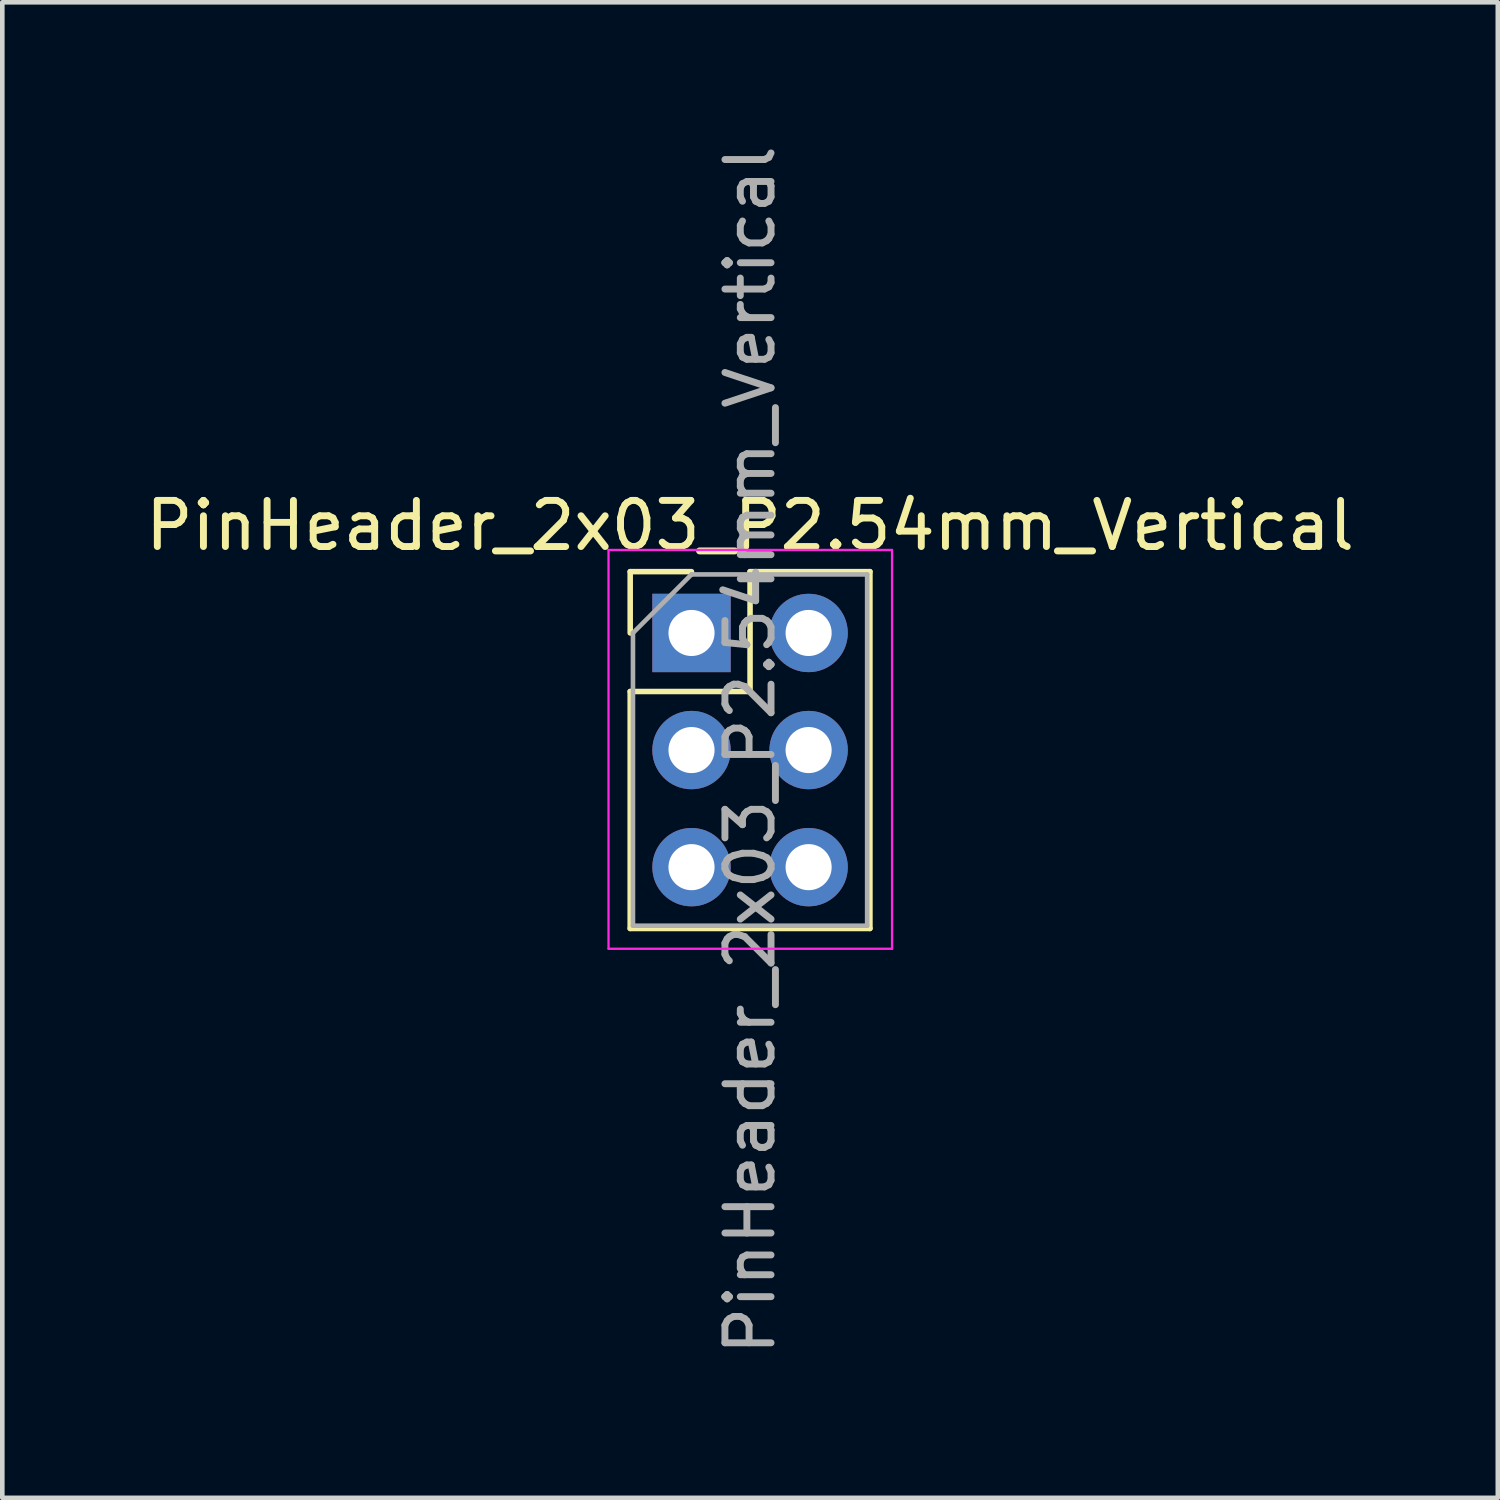
<source format=kicad_pcb>
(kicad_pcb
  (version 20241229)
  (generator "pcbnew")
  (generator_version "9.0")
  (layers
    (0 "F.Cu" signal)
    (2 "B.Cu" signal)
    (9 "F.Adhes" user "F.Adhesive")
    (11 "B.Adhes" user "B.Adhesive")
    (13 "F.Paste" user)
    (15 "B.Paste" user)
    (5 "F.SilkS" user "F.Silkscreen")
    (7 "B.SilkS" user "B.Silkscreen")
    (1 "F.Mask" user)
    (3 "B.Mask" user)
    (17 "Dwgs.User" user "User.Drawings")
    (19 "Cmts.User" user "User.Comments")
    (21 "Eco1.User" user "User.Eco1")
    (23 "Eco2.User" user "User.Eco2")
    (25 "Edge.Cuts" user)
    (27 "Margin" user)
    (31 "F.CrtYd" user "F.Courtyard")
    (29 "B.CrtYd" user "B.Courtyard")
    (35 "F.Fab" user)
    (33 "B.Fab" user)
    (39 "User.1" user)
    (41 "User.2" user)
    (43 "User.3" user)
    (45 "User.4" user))
  (footprint "PinHeader_2x03_P2.54mm_Vertical"
    (layer "F.Cu")
    (at 11.95 10.68)
    (property "Reference" "PinHeader_2x03_P2.54mm_Vertical" (at 1.27 -2.33 0) (layer "F.SilkS") (effects (font (size 1 1) (thickness 0.15))))
    (attr through_hole)
    (fp_line (start -1.33 -1.33) (end 0 -1.33) (stroke (width 0.12) (type solid)) (layer "F.SilkS"))
    (fp_line (start -1.33 0) (end -1.33 -1.33) (stroke (width 0.12) (type solid)) (layer "F.SilkS"))
    (fp_line (start -1.33 1.27) (end -1.33 6.41) (stroke (width 0.12) (type solid)) (layer "F.SilkS"))
    (fp_line (start -1.33 1.27) (end 1.27 1.27) (stroke (width 0.12) (type solid)) (layer "F.SilkS"))
    (fp_line (start -1.33 6.41) (end 3.87 6.41) (stroke (width 0.12) (type solid)) (layer "F.SilkS"))
    (fp_line (start 1.27 -1.33) (end 3.87 -1.33) (stroke (width 0.12) (type solid)) (layer "F.SilkS"))
    (fp_line (start 1.27 1.27) (end 1.27 -1.33) (stroke (width 0.12) (type solid)) (layer "F.SilkS"))
    (fp_line (start 3.87 -1.33) (end 3.87 6.41) (stroke (width 0.12) (type solid)) (layer "F.SilkS"))
    (fp_line (start -1.8 -1.8) (end -1.8 6.85) (stroke (width 0.05) (type solid)) (layer "F.CrtYd"))
    (fp_line (start -1.8 6.85) (end 4.35 6.85) (stroke (width 0.05) (type solid)) (layer "F.CrtYd"))
    (fp_line (start 4.35 -1.8) (end -1.8 -1.8) (stroke (width 0.05) (type solid)) (layer "F.CrtYd"))
    (fp_line (start 4.35 6.85) (end 4.35 -1.8) (stroke (width 0.05) (type solid)) (layer "F.CrtYd"))
    (fp_line (start -1.27 0) (end 0 -1.27) (stroke (width 0.1) (type solid)) (layer "F.Fab"))
    (fp_line (start -1.27 6.35) (end -1.27 0) (stroke (width 0.1) (type solid)) (layer "F.Fab"))
    (fp_line (start 0 -1.27) (end 3.81 -1.27) (stroke (width 0.1) (type solid)) (layer "F.Fab"))
    (fp_line (start 3.81 -1.27) (end 3.81 6.35) (stroke (width 0.1) (type solid)) (layer "F.Fab"))
    (fp_line (start 3.81 6.35) (end -1.27 6.35) (stroke (width 0.1) (type solid)) (layer "F.Fab"))
    (fp_text user "${REFERENCE}" (at 1.27 2.54 90) (layer "F.Fab") (effects (font (size 1 1) (thickness 0.15))))
    (pad "1" thru_hole rect (at 0 0) (size 1.7 1.7) (drill 1) (layers "*.Cu" "*.Mask"))
    (pad "2" thru_hole oval (at 0 2.54) (size 1.7 1.7) (drill 1) (layers "*.Cu" "*.Mask"))
    (pad "3" thru_hole oval (at 0 5.08) (size 1.7 1.7) (drill 1) (layers "*.Cu" "*.Mask"))
    (pad "4" thru_hole oval (at 2.54 5.08) (size 1.7 1.7) (drill 1) (layers "*.Cu" "*.Mask"))
    (pad "5" thru_hole oval (at 2.54 2.54) (size 1.7 1.7) (drill 1) (layers "*.Cu" "*.Mask"))
    (pad "6" thru_hole oval (at 2.54 0) (size 1.7 1.7) (drill 1) (layers "*.Cu" "*.Mask")))
  (gr_rect
    (start -3 -3)
    (end 29.44 29.44)
    (stroke (width 0.1) (type default))
    (fill no)
    (layer "Edge.Cuts")))
</source>
